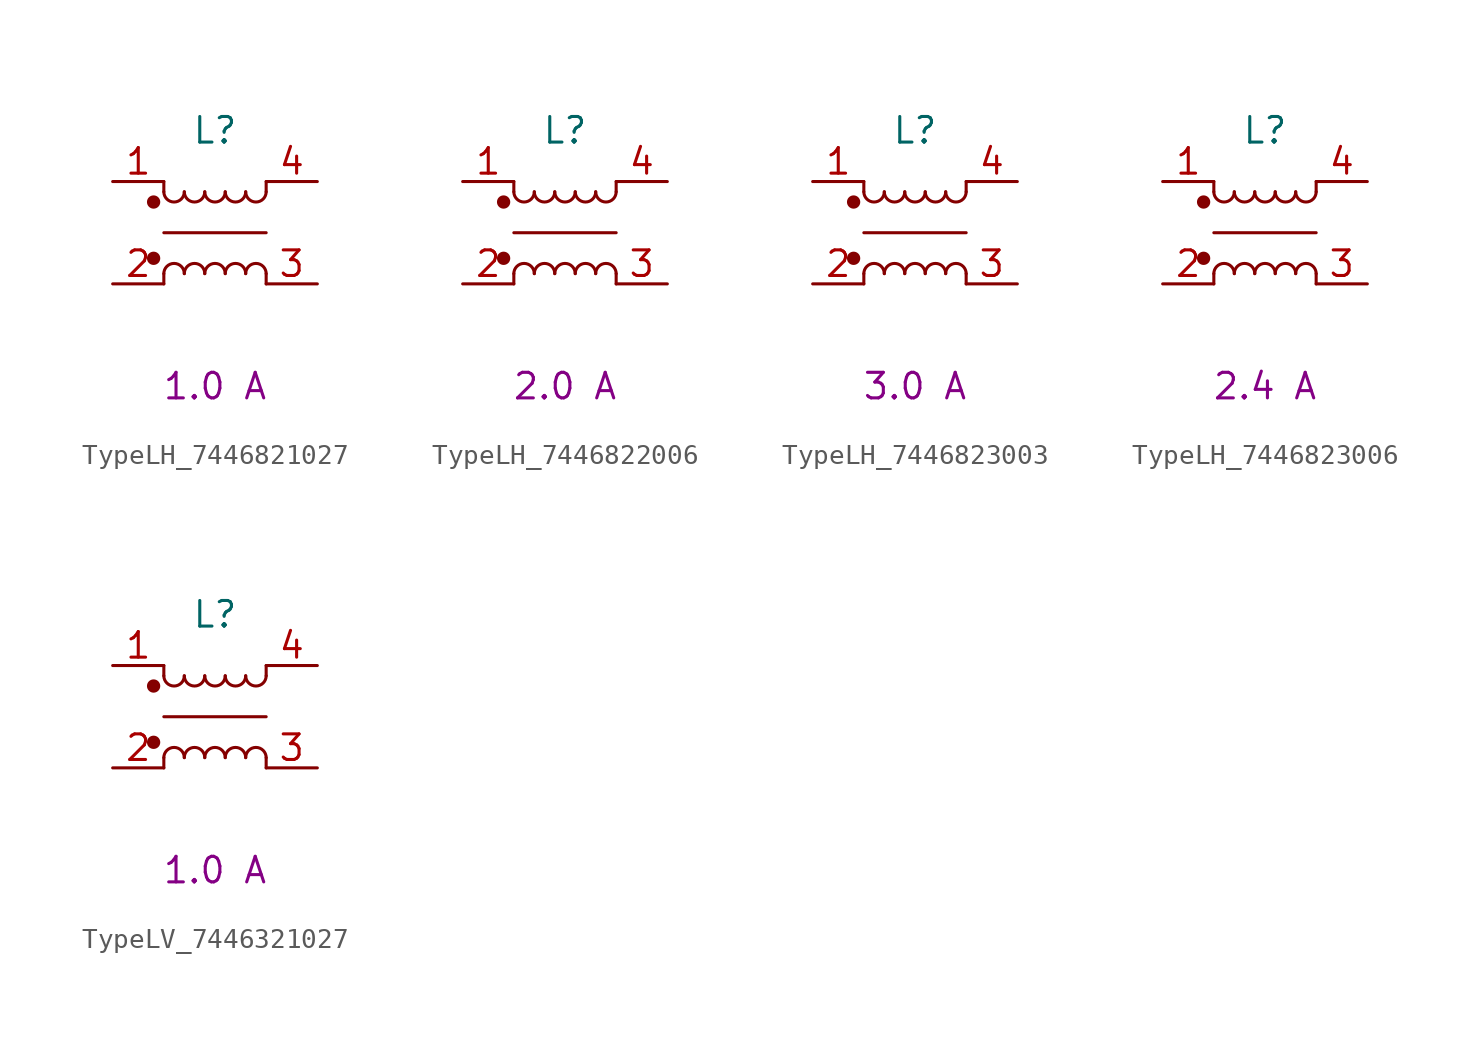
<source format=kicad_sym>
(kicad_symbol_lib
  (version 20220914)
  (generator kicad_symbol_editor)
  (symbol "TypeLH_7446821027"
    (pin_names hide)
    (property "Reference" "L"
      (at 0 5.08 0)
      (effects (font (size 1.27 1.27))))
    (property "Critical Parameter" "1.0 A"
      (at 0 -7.62 0)
      (effects (font (size 1.27 1.27))))
    (symbol "TypeLH_7446821027_0_1"
      (circle (center -3.048 -1.27) (radius 0.254) (stroke (width 0) (type default)) (fill (type outline)))
      (circle (center -3.048 1.524) (radius 0.254) (stroke (width 0) (type default)) (fill (type outline)))
      (arc (start -2.54 2.032) (mid -2.032 1.5262) (end -1.524 2.032) (stroke (width 0) (type default)) (fill (type none)))
      (arc (start -1.524 -2.032) (mid -2.032 -1.5262) (end -2.54 -2.032) (stroke (width 0) (type default)) (fill (type none)))
      (arc (start -1.524 2.032) (mid -1.016 1.5262) (end -0.508 2.032) (stroke (width 0) (type default)) (fill (type none)))
      (arc (start -0.508 -2.032) (mid -1.016 -1.5262) (end -1.524 -2.032) (stroke (width 0) (type default)) (fill (type none)))
      (arc (start -0.508 2.032) (mid 0 1.5262) (end 0.508 2.032) (stroke (width 0) (type default)) (fill (type none)))
      (polyline (pts (xy -2.54 -2.032) (xy -2.54 -2.54)) (stroke (width 0) (type default)) (fill (type none)))
      (polyline (pts (xy -2.54 2.032) (xy -2.54 2.54)) (stroke (width 0) (type default)) (fill (type none)))
      (polyline (pts (xy 2.54 -2.032) (xy 2.54 -2.54)) (stroke (width 0) (type default)) (fill (type none)))
      (polyline (pts (xy 2.54 0) (xy -2.54 0)) (stroke (width 0) (type default)) (fill (type none)))
      (polyline (pts (xy 2.54 2.54) (xy 2.54 2.032)) (stroke (width 0) (type default)) (fill (type none)))
      (arc (start 0.508 -2.032) (mid 0 -1.5262) (end -0.508 -2.032) (stroke (width 0) (type default)) (fill (type none)))
      (arc (start 0.508 2.032) (mid 1.016 1.5262) (end 1.524 2.032) (stroke (width 0) (type default)) (fill (type none)))
      (arc (start 1.524 -2.032) (mid 1.016 -1.5262) (end 0.508 -2.032) (stroke (width 0) (type default)) (fill (type none)))
      (arc (start 1.524 2.032) (mid 2.032 1.5262) (end 2.54 2.032) (stroke (width 0) (type default)) (fill (type none)))
      (arc (start 2.54 -2.032) (mid 2.032 -1.5262) (end 1.524 -2.032) (stroke (width 0) (type default)) (fill (type none))))
    (symbol "TypeLH_7446821027_1_1"
      (pin passive line (at -5.08 2.54 0) (length 2.54) (name "1" (effects (font (size 1.27 1.27)))) (number "1" (effects (font (size 1.27 1.27)))))
      (pin passive line (at -5.08 -2.54 0) (length 2.54) (name "2" (effects (font (size 1.27 1.27)))) (number "2" (effects (font (size 1.27 1.27)))))
      (pin passive line (at 5.08 -2.54 180) (length 2.54) (name "3" (effects (font (size 1.27 1.27)))) (number "3" (effects (font (size 1.27 1.27)))))
      (pin passive line (at 5.08 2.54 180) (length 2.54) (name "4" (effects (font (size 1.27 1.27)))) (number "4" (effects (font (size 1.27 1.27)))))))
  (symbol "TypeLH_7446822006"
    (pin_names hide)
    (property "Reference" "L"
      (at 0 5.08 0)
      (effects (font (size 1.27 1.27))))
    (property "Critical Parameter" "2.0 A"
      (at 0 -7.62 0)
      (effects (font (size 1.27 1.27))))
    (symbol "TypeLH_7446822006_0_1"
      (circle (center -3.048 -1.27) (radius 0.254) (stroke (width 0) (type default)) (fill (type outline)))
      (circle (center -3.048 1.524) (radius 0.254) (stroke (width 0) (type default)) (fill (type outline)))
      (arc (start -2.54 2.032) (mid -2.032 1.5262) (end -1.524 2.032) (stroke (width 0) (type default)) (fill (type none)))
      (arc (start -1.524 -2.032) (mid -2.032 -1.5262) (end -2.54 -2.032) (stroke (width 0) (type default)) (fill (type none)))
      (arc (start -1.524 2.032) (mid -1.016 1.5262) (end -0.508 2.032) (stroke (width 0) (type default)) (fill (type none)))
      (arc (start -0.508 -2.032) (mid -1.016 -1.5262) (end -1.524 -2.032) (stroke (width 0) (type default)) (fill (type none)))
      (arc (start -0.508 2.032) (mid 0 1.5262) (end 0.508 2.032) (stroke (width 0) (type default)) (fill (type none)))
      (polyline (pts (xy -2.54 -2.032) (xy -2.54 -2.54)) (stroke (width 0) (type default)) (fill (type none)))
      (polyline (pts (xy -2.54 2.032) (xy -2.54 2.54)) (stroke (width 0) (type default)) (fill (type none)))
      (polyline (pts (xy 2.54 -2.032) (xy 2.54 -2.54)) (stroke (width 0) (type default)) (fill (type none)))
      (polyline (pts (xy 2.54 0) (xy -2.54 0)) (stroke (width 0) (type default)) (fill (type none)))
      (polyline (pts (xy 2.54 2.54) (xy 2.54 2.032)) (stroke (width 0) (type default)) (fill (type none)))
      (arc (start 0.508 -2.032) (mid 0 -1.5262) (end -0.508 -2.032) (stroke (width 0) (type default)) (fill (type none)))
      (arc (start 0.508 2.032) (mid 1.016 1.5262) (end 1.524 2.032) (stroke (width 0) (type default)) (fill (type none)))
      (arc (start 1.524 -2.032) (mid 1.016 -1.5262) (end 0.508 -2.032) (stroke (width 0) (type default)) (fill (type none)))
      (arc (start 1.524 2.032) (mid 2.032 1.5262) (end 2.54 2.032) (stroke (width 0) (type default)) (fill (type none)))
      (arc (start 2.54 -2.032) (mid 2.032 -1.5262) (end 1.524 -2.032) (stroke (width 0) (type default)) (fill (type none))))
    (symbol "TypeLH_7446822006_1_1"
      (pin passive line (at -5.08 2.54 0) (length 2.54) (name "1" (effects (font (size 1.27 1.27)))) (number "1" (effects (font (size 1.27 1.27)))))
      (pin passive line (at -5.08 -2.54 0) (length 2.54) (name "2" (effects (font (size 1.27 1.27)))) (number "2" (effects (font (size 1.27 1.27)))))
      (pin passive line (at 5.08 -2.54 180) (length 2.54) (name "3" (effects (font (size 1.27 1.27)))) (number "3" (effects (font (size 1.27 1.27)))))
      (pin passive line (at 5.08 2.54 180) (length 2.54) (name "4" (effects (font (size 1.27 1.27)))) (number "4" (effects (font (size 1.27 1.27)))))))
  (symbol "TypeLH_7446823003"
    (pin_names hide)
    (property "Reference" "L"
      (at 0 5.08 0)
      (effects (font (size 1.27 1.27))))
    (property "Critical Parameter" "3.0 A"
      (at 0 -7.62 0)
      (effects (font (size 1.27 1.27))))
    (symbol "TypeLH_7446823003_0_1"
      (circle (center -3.048 -1.27) (radius 0.254) (stroke (width 0) (type default)) (fill (type outline)))
      (circle (center -3.048 1.524) (radius 0.254) (stroke (width 0) (type default)) (fill (type outline)))
      (arc (start -2.54 2.032) (mid -2.032 1.5262) (end -1.524 2.032) (stroke (width 0) (type default)) (fill (type none)))
      (arc (start -1.524 -2.032) (mid -2.032 -1.5262) (end -2.54 -2.032) (stroke (width 0) (type default)) (fill (type none)))
      (arc (start -1.524 2.032) (mid -1.016 1.5262) (end -0.508 2.032) (stroke (width 0) (type default)) (fill (type none)))
      (arc (start -0.508 -2.032) (mid -1.016 -1.5262) (end -1.524 -2.032) (stroke (width 0) (type default)) (fill (type none)))
      (arc (start -0.508 2.032) (mid 0 1.5262) (end 0.508 2.032) (stroke (width 0) (type default)) (fill (type none)))
      (polyline (pts (xy -2.54 -2.032) (xy -2.54 -2.54)) (stroke (width 0) (type default)) (fill (type none)))
      (polyline (pts (xy -2.54 2.032) (xy -2.54 2.54)) (stroke (width 0) (type default)) (fill (type none)))
      (polyline (pts (xy 2.54 -2.032) (xy 2.54 -2.54)) (stroke (width 0) (type default)) (fill (type none)))
      (polyline (pts (xy 2.54 0) (xy -2.54 0)) (stroke (width 0) (type default)) (fill (type none)))
      (polyline (pts (xy 2.54 2.54) (xy 2.54 2.032)) (stroke (width 0) (type default)) (fill (type none)))
      (arc (start 0.508 -2.032) (mid 0 -1.5262) (end -0.508 -2.032) (stroke (width 0) (type default)) (fill (type none)))
      (arc (start 0.508 2.032) (mid 1.016 1.5262) (end 1.524 2.032) (stroke (width 0) (type default)) (fill (type none)))
      (arc (start 1.524 -2.032) (mid 1.016 -1.5262) (end 0.508 -2.032) (stroke (width 0) (type default)) (fill (type none)))
      (arc (start 1.524 2.032) (mid 2.032 1.5262) (end 2.54 2.032) (stroke (width 0) (type default)) (fill (type none)))
      (arc (start 2.54 -2.032) (mid 2.032 -1.5262) (end 1.524 -2.032) (stroke (width 0) (type default)) (fill (type none))))
    (symbol "TypeLH_7446823003_1_1"
      (pin passive line (at -5.08 2.54 0) (length 2.54) (name "1" (effects (font (size 1.27 1.27)))) (number "1" (effects (font (size 1.27 1.27)))))
      (pin passive line (at -5.08 -2.54 0) (length 2.54) (name "2" (effects (font (size 1.27 1.27)))) (number "2" (effects (font (size 1.27 1.27)))))
      (pin passive line (at 5.08 -2.54 180) (length 2.54) (name "3" (effects (font (size 1.27 1.27)))) (number "3" (effects (font (size 1.27 1.27)))))
      (pin passive line (at 5.08 2.54 180) (length 2.54) (name "4" (effects (font (size 1.27 1.27)))) (number "4" (effects (font (size 1.27 1.27)))))))
  (symbol "TypeLH_7446823006"
    (pin_names hide)
    (property "Reference" "L"
      (at 0 5.08 0)
      (effects (font (size 1.27 1.27))))
    (property "Critical Parameter" "2.4 A"
      (at 0 -7.62 0)
      (effects (font (size 1.27 1.27))))
    (symbol "TypeLH_7446823006_0_1"
      (circle (center -3.048 -1.27) (radius 0.254) (stroke (width 0) (type default)) (fill (type outline)))
      (circle (center -3.048 1.524) (radius 0.254) (stroke (width 0) (type default)) (fill (type outline)))
      (arc (start -2.54 2.032) (mid -2.032 1.5262) (end -1.524 2.032) (stroke (width 0) (type default)) (fill (type none)))
      (arc (start -1.524 -2.032) (mid -2.032 -1.5262) (end -2.54 -2.032) (stroke (width 0) (type default)) (fill (type none)))
      (arc (start -1.524 2.032) (mid -1.016 1.5262) (end -0.508 2.032) (stroke (width 0) (type default)) (fill (type none)))
      (arc (start -0.508 -2.032) (mid -1.016 -1.5262) (end -1.524 -2.032) (stroke (width 0) (type default)) (fill (type none)))
      (arc (start -0.508 2.032) (mid 0 1.5262) (end 0.508 2.032) (stroke (width 0) (type default)) (fill (type none)))
      (polyline (pts (xy -2.54 -2.032) (xy -2.54 -2.54)) (stroke (width 0) (type default)) (fill (type none)))
      (polyline (pts (xy -2.54 2.032) (xy -2.54 2.54)) (stroke (width 0) (type default)) (fill (type none)))
      (polyline (pts (xy 2.54 -2.032) (xy 2.54 -2.54)) (stroke (width 0) (type default)) (fill (type none)))
      (polyline (pts (xy 2.54 0) (xy -2.54 0)) (stroke (width 0) (type default)) (fill (type none)))
      (polyline (pts (xy 2.54 2.54) (xy 2.54 2.032)) (stroke (width 0) (type default)) (fill (type none)))
      (arc (start 0.508 -2.032) (mid 0 -1.5262) (end -0.508 -2.032) (stroke (width 0) (type default)) (fill (type none)))
      (arc (start 0.508 2.032) (mid 1.016 1.5262) (end 1.524 2.032) (stroke (width 0) (type default)) (fill (type none)))
      (arc (start 1.524 -2.032) (mid 1.016 -1.5262) (end 0.508 -2.032) (stroke (width 0) (type default)) (fill (type none)))
      (arc (start 1.524 2.032) (mid 2.032 1.5262) (end 2.54 2.032) (stroke (width 0) (type default)) (fill (type none)))
      (arc (start 2.54 -2.032) (mid 2.032 -1.5262) (end 1.524 -2.032) (stroke (width 0) (type default)) (fill (type none))))
    (symbol "TypeLH_7446823006_1_1"
      (pin passive line (at -5.08 2.54 0) (length 2.54) (name "1" (effects (font (size 1.27 1.27)))) (number "1" (effects (font (size 1.27 1.27)))))
      (pin passive line (at -5.08 -2.54 0) (length 2.54) (name "2" (effects (font (size 1.27 1.27)))) (number "2" (effects (font (size 1.27 1.27)))))
      (pin passive line (at 5.08 -2.54 180) (length 2.54) (name "3" (effects (font (size 1.27 1.27)))) (number "3" (effects (font (size 1.27 1.27)))))
      (pin passive line (at 5.08 2.54 180) (length 2.54) (name "4" (effects (font (size 1.27 1.27)))) (number "4" (effects (font (size 1.27 1.27)))))))
  (symbol "TypeLV_7446321027"
    (pin_names hide)
    (property "Reference" "L"
      (at 0 5.08 0)
      (effects (font (size 1.27 1.27))))
    (property "Critical Parameter" "1.0 A"
      (at 0 -7.62 0)
      (effects (font (size 1.27 1.27))))
    (symbol "TypeLV_7446321027_0_1"
      (circle (center -3.048 -1.27) (radius 0.254) (stroke (width 0) (type default)) (fill (type outline)))
      (circle (center -3.048 1.524) (radius 0.254) (stroke (width 0) (type default)) (fill (type outline)))
      (arc (start -2.54 2.032) (mid -2.032 1.5262) (end -1.524 2.032) (stroke (width 0) (type default)) (fill (type none)))
      (arc (start -1.524 -2.032) (mid -2.032 -1.5262) (end -2.54 -2.032) (stroke (width 0) (type default)) (fill (type none)))
      (arc (start -1.524 2.032) (mid -1.016 1.5262) (end -0.508 2.032) (stroke (width 0) (type default)) (fill (type none)))
      (arc (start -0.508 -2.032) (mid -1.016 -1.5262) (end -1.524 -2.032) (stroke (width 0) (type default)) (fill (type none)))
      (arc (start -0.508 2.032) (mid 0 1.5262) (end 0.508 2.032) (stroke (width 0) (type default)) (fill (type none)))
      (polyline (pts (xy -2.54 -2.032) (xy -2.54 -2.54)) (stroke (width 0) (type default)) (fill (type none)))
      (polyline (pts (xy -2.54 2.032) (xy -2.54 2.54)) (stroke (width 0) (type default)) (fill (type none)))
      (polyline (pts (xy 2.54 -2.032) (xy 2.54 -2.54)) (stroke (width 0) (type default)) (fill (type none)))
      (polyline (pts (xy 2.54 0) (xy -2.54 0)) (stroke (width 0) (type default)) (fill (type none)))
      (polyline (pts (xy 2.54 2.54) (xy 2.54 2.032)) (stroke (width 0) (type default)) (fill (type none)))
      (arc (start 0.508 -2.032) (mid 0 -1.5262) (end -0.508 -2.032) (stroke (width 0) (type default)) (fill (type none)))
      (arc (start 0.508 2.032) (mid 1.016 1.5262) (end 1.524 2.032) (stroke (width 0) (type default)) (fill (type none)))
      (arc (start 1.524 -2.032) (mid 1.016 -1.5262) (end 0.508 -2.032) (stroke (width 0) (type default)) (fill (type none)))
      (arc (start 1.524 2.032) (mid 2.032 1.5262) (end 2.54 2.032) (stroke (width 0) (type default)) (fill (type none)))
      (arc (start 2.54 -2.032) (mid 2.032 -1.5262) (end 1.524 -2.032) (stroke (width 0) (type default)) (fill (type none))))
    (symbol "TypeLV_7446321027_1_1"
      (pin passive line (at -5.08 2.54 0) (length 2.54) (name "1" (effects (font (size 1.27 1.27)))) (number "1" (effects (font (size 1.27 1.27)))))
      (pin passive line (at -5.08 -2.54 0) (length 2.54) (name "2" (effects (font (size 1.27 1.27)))) (number "2" (effects (font (size 1.27 1.27)))))
      (pin passive line (at 5.08 -2.54 180) (length 2.54) (name "3" (effects (font (size 1.27 1.27)))) (number "3" (effects (font (size 1.27 1.27)))))
      (pin passive line (at 5.08 2.54 180) (length 2.54) (name "4" (effects (font (size 1.27 1.27)))) (number "4" (effects (font (size 1.27 1.27))))))))
</source>
